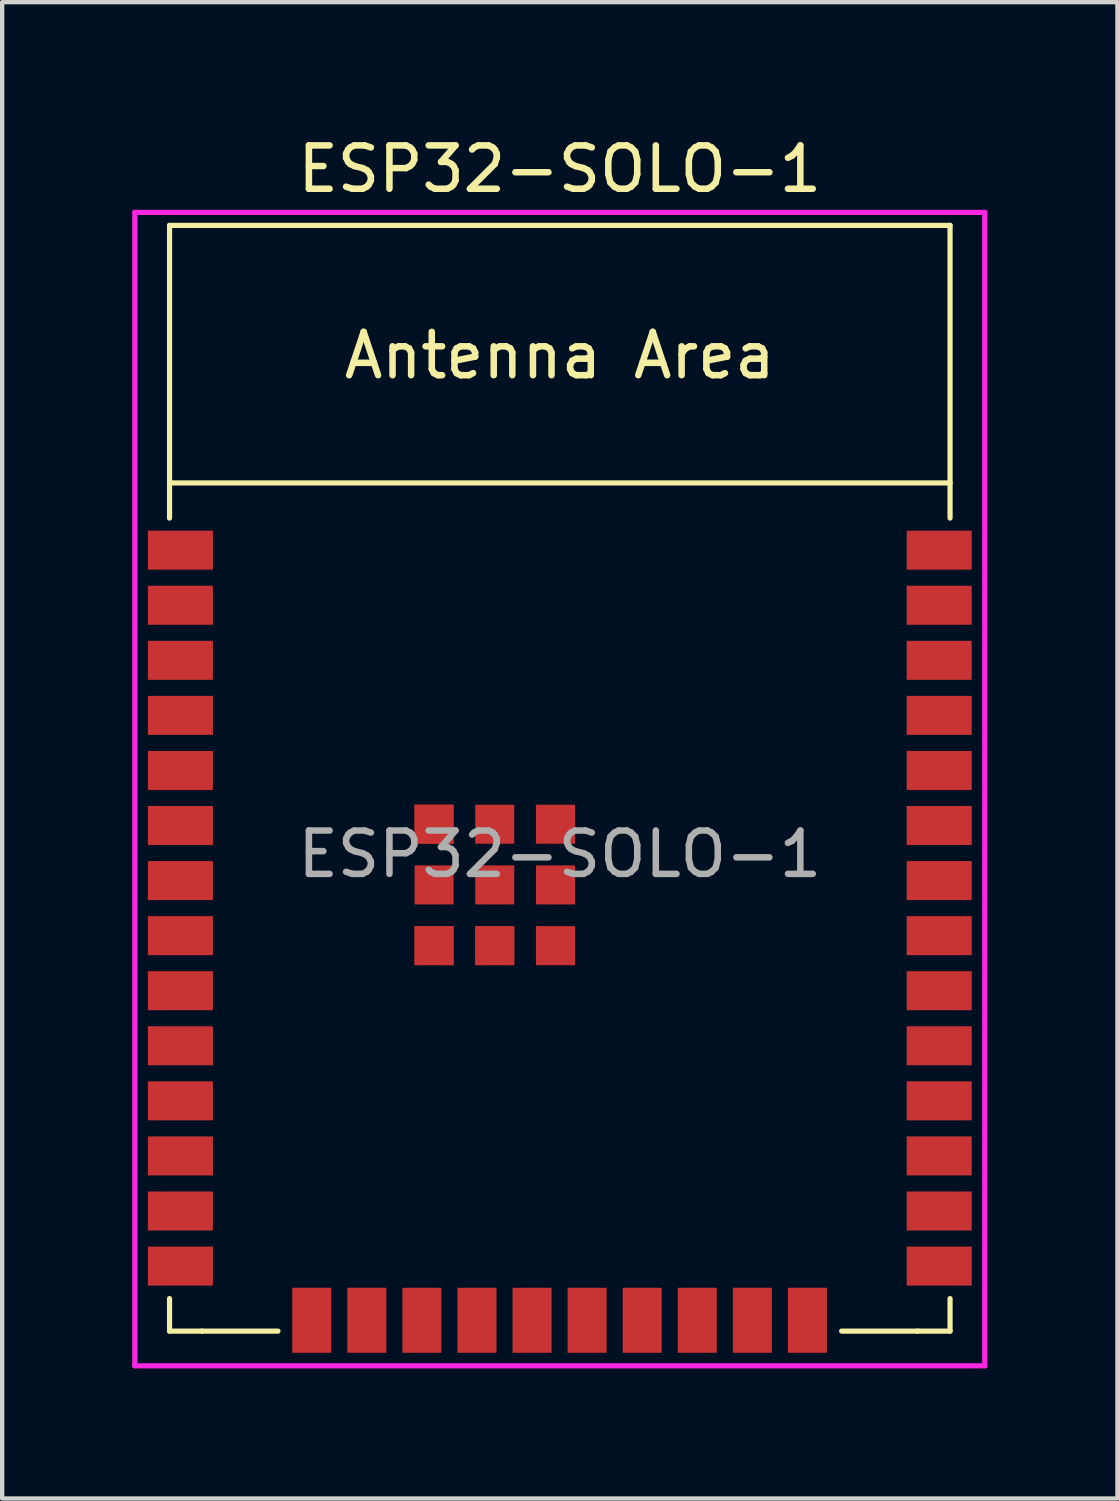
<source format=kicad_pcb>
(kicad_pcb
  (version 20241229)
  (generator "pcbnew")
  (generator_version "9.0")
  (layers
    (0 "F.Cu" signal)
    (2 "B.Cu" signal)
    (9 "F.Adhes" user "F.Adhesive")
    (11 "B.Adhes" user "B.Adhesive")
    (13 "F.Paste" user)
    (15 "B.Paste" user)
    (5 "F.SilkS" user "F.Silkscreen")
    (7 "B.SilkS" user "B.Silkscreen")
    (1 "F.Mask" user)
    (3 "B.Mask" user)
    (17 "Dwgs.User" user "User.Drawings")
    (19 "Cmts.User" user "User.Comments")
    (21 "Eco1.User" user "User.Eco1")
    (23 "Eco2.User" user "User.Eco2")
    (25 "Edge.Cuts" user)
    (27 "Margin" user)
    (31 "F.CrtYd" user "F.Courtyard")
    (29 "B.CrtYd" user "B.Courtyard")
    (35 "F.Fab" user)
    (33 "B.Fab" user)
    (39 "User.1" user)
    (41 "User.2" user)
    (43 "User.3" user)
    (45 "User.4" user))
  (footprint "ESP32-SOLO-1"
    (layer "F.Cu")
    (at 9.86 16.648)
    (property "Reference" "ESP32-SOLO-1" (at 0 -15.8 0) (layer "F.SilkS") (effects (font (size 1 1) (thickness 0.15))))
    (attr smd)
    (fp_line (start -9 -14.5) (end -9 -7.75) (stroke (width 0.12) (type solid)) (layer "F.SilkS"))
    (fp_line (start -9 -14.5) (end 9 -14.5) (stroke (width 0.12) (type solid)) (layer "F.SilkS"))
    (fp_line (start -9 10.25) (end -9 11) (stroke (width 0.12) (type solid)) (layer "F.SilkS"))
    (fp_line (start -9 11) (end -8.25 11) (stroke (width 0.12) (type solid)) (layer "F.SilkS"))
    (fp_line (start -8.25 11) (end -6.5 11) (stroke (width 0.12) (type solid)) (layer "F.SilkS"))
    (fp_line (start 8.25 11) (end 6.5 11) (stroke (width 0.12) (type solid)) (layer "F.SilkS"))
    (fp_line (start 9 -14.5) (end 9 -7.75) (stroke (width 0.12) (type solid)) (layer "F.SilkS"))
    (fp_line (start 9 -8.56) (end -9 -8.56) (stroke (width 0.12) (type solid)) (layer "F.SilkS"))
    (fp_line (start 9 10.25) (end 9 11) (stroke (width 0.12) (type solid)) (layer "F.SilkS"))
    (fp_line (start 9 11) (end 8.25 11) (stroke (width 0.12) (type solid)) (layer "F.SilkS"))
    (fp_line (start -9 -14.5) (end 9 -14.5) (stroke (width 0.12) (type solid)) (layer "Eco2.User"))
    (fp_line (start -9 -8.56) (end 9 -8.56) (stroke (width 0.12) (type solid)) (layer "Eco2.User"))
    (fp_line (start -9 11) (end -9 -14.5) (stroke (width 0.12) (type solid)) (layer "Eco2.User"))
    (fp_line (start 9 -14.5) (end 9 11) (stroke (width 0.12) (type solid)) (layer "Eco2.User"))
    (fp_line (start 9 11) (end -9 11) (stroke (width 0.12) (type solid)) (layer "Eco2.User"))
    (fp_line (start -9.8 -14.8) (end -9.8 11.8) (stroke (width 0.12) (type solid)) (layer "F.CrtYd"))
    (fp_line (start -9.8 11.8) (end 9.8 11.8) (stroke (width 0.12) (type solid)) (layer "F.CrtYd"))
    (fp_line (start 9.8 -14.8) (end -9.8 -14.8) (stroke (width 0.12) (type solid)) (layer "F.CrtYd"))
    (fp_line (start 9.8 -14.8) (end 9.8 11.8) (stroke (width 0.12) (type solid)) (layer "F.CrtYd"))
    (fp_text user "Antenna Area" (at 0 -11.5 0) (layer "F.SilkS") (effects (font (size 1 1) (thickness 0.15))))
    (fp_text user "Antenna Area" (at 0 -11.5 0) (layer "Eco2.User") (effects (font (size 1 1) (thickness 0.15))))
    (fp_text user "${REFERENCE}" (at 0 0 0) (layer "F.Fab") (effects (font (size 1 1) (thickness 0.15))))
    (pad "1" smd rect (at -8.75 -7.01) (size 1.5 0.9) (layers "F.Cu" "F.Mask" "F.Paste"))
    (pad "2" smd rect (at -8.75 -5.74) (size 1.5 0.9) (layers "F.Cu" "F.Mask" "F.Paste"))
    (pad "3" smd rect (at -8.75 -4.47) (size 1.5 0.9) (layers "F.Cu" "F.Mask" "F.Paste"))
    (pad "4" smd rect (at -8.75 -3.2) (size 1.5 0.9) (layers "F.Cu" "F.Mask" "F.Paste"))
    (pad "5" smd rect (at -8.75 -1.93) (size 1.5 0.9) (layers "F.Cu" "F.Mask" "F.Paste"))
    (pad "6" smd rect (at -8.75 -0.66) (size 1.5 0.9) (layers "F.Cu" "F.Mask" "F.Paste"))
    (pad "7" smd rect (at -8.75 0.61) (size 1.5 0.9) (layers "F.Cu" "F.Mask" "F.Paste"))
    (pad "8" smd rect (at -8.75 1.88) (size 1.5 0.9) (layers "F.Cu" "F.Mask" "F.Paste"))
    (pad "9" smd rect (at -8.75 3.15) (size 1.5 0.9) (layers "F.Cu" "F.Mask" "F.Paste"))
    (pad "10" smd rect (at -8.75 4.42) (size 1.5 0.9) (layers "F.Cu" "F.Mask" "F.Paste"))
    (pad "11" smd rect (at -8.75 5.69) (size 1.5 0.9) (layers "F.Cu" "F.Mask" "F.Paste"))
    (pad "12" smd rect (at -8.75 6.96) (size 1.5 0.9) (layers "F.Cu" "F.Mask" "F.Paste"))
    (pad "13" smd rect (at -8.75 8.23) (size 1.5 0.9) (layers "F.Cu" "F.Mask" "F.Paste"))
    (pad "14" smd rect (at -8.75 9.5) (size 1.5 0.9) (layers "F.Cu" "F.Mask" "F.Paste"))
    (pad "15" smd rect (at -5.72 10.75 90) (size 1.5 0.9) (layers "F.Cu" "F.Mask" "F.Paste"))
    (pad "16" smd rect (at -4.45 10.75 90) (size 1.5 0.9) (layers "F.Cu" "F.Mask" "F.Paste"))
    (pad "17" smd rect (at -3.18 10.75 90) (size 1.5 0.9) (layers "F.Cu" "F.Mask" "F.Paste"))
    (pad "18" smd rect (at -1.91 10.75 90) (size 1.5 0.9) (layers "F.Cu" "F.Mask" "F.Paste"))
    (pad "19" smd rect (at -0.64 10.75 90) (size 1.5 0.9) (layers "F.Cu" "F.Mask" "F.Paste"))
    (pad "20" smd rect (at 0.63 10.75 90) (size 1.5 0.9) (layers "F.Cu" "F.Mask" "F.Paste"))
    (pad "21" smd rect (at 1.9 10.75 90) (size 1.5 0.9) (layers "F.Cu" "F.Mask" "F.Paste"))
    (pad "22" smd rect (at 3.17 10.75 90) (size 1.5 0.9) (layers "F.Cu" "F.Mask" "F.Paste"))
    (pad "23" smd rect (at 4.44 10.75 90) (size 1.5 0.9) (layers "F.Cu" "F.Mask" "F.Paste"))
    (pad "24" smd rect (at 5.71 10.75 90) (size 1.5 0.9) (layers "F.Cu" "F.Mask" "F.Paste"))
    (pad "25" smd rect (at 8.75 9.5 180) (size 1.5 0.9) (layers "F.Cu" "F.Mask" "F.Paste"))
    (pad "26" smd rect (at 8.75 8.23 180) (size 1.5 0.9) (layers "F.Cu" "F.Mask" "F.Paste"))
    (pad "27" smd rect (at 8.75 6.96 180) (size 1.5 0.9) (layers "F.Cu" "F.Mask" "F.Paste"))
    (pad "28" smd rect (at 8.75 5.69 180) (size 1.5 0.9) (layers "F.Cu" "F.Mask" "F.Paste"))
    (pad "29" smd rect (at 8.75 4.42 180) (size 1.5 0.9) (layers "F.Cu" "F.Mask" "F.Paste"))
    (pad "30" smd rect (at 8.75 3.15 180) (size 1.5 0.9) (layers "F.Cu" "F.Mask" "F.Paste"))
    (pad "31" smd rect (at 8.75 1.88 180) (size 1.5 0.9) (layers "F.Cu" "F.Mask" "F.Paste"))
    (pad "32" smd rect (at 8.75 0.61 180) (size 1.5 0.9) (layers "F.Cu" "F.Mask" "F.Paste"))
    (pad "33" smd rect (at 8.75 -0.66 180) (size 1.5 0.9) (layers "F.Cu" "F.Mask" "F.Paste"))
    (pad "34" smd rect (at 8.75 -1.93 180) (size 1.5 0.9) (layers "F.Cu" "F.Mask" "F.Paste"))
    (pad "35" smd rect (at 8.75 -3.2 180) (size 1.5 0.9) (layers "F.Cu" "F.Mask" "F.Paste"))
    (pad "36" smd rect (at 8.75 -4.47 180) (size 1.5 0.9) (layers "F.Cu" "F.Mask" "F.Paste"))
    (pad "37" smd rect (at 8.75 -5.74 180) (size 1.5 0.9) (layers "F.Cu" "F.Mask" "F.Paste"))
    (pad "38" smd rect (at 8.75 -7.01 180) (size 1.5 0.9) (layers "F.Cu" "F.Mask" "F.Paste"))
    (pad "39" smd rect (at -2.9 -0.69 180) (size 0.9 0.9) (layers "F.Cu" "F.Mask" "F.Paste"))
    (pad "39" smd rect (at -2.9 -0.69 180) (size 0.9 0.9) (layers "F.Cu" "F.Mask" "F.Paste"))
    (pad "39" smd rect (at -2.9 0.71 180) (size 0.9 0.9) (layers "F.Cu" "F.Mask" "F.Paste"))
    (pad "39" smd rect (at -2.9 2.11 180) (size 0.9 0.9) (layers "F.Cu" "F.Mask" "F.Paste"))
    (pad "39" smd rect (at -2.9 2.11 180) (size 0.9 0.9) (layers "F.Cu" "F.Mask" "F.Paste"))
    (pad "39" smd rect (at -1.5 -0.69 180) (size 0.9 0.9) (layers "F.Cu" "F.Mask" "F.Paste"))
    (pad "39" smd rect (at -1.5 0.71 180) (size 0.9 0.9) (layers "F.Cu" "F.Mask" "F.Paste"))
    (pad "39" smd rect (at -1.5 2.11 180) (size 0.9 0.9) (layers "F.Cu" "F.Mask" "F.Paste"))
    (pad "39" smd rect (at -1.5 2.11 180) (size 0.9 0.9) (layers "F.Cu" "F.Mask" "F.Paste"))
    (pad "39" smd rect (at -0.1 -0.69 180) (size 0.9 0.9) (layers "F.Cu" "F.Mask" "F.Paste"))
    (pad "39" smd rect (at -0.1 0.71 180) (size 0.9 0.9) (layers "F.Cu" "F.Mask" "F.Paste"))
    (pad "39" smd rect (at -0.1 2.11 180) (size 0.9 0.9) (layers "F.Cu" "F.Mask" "F.Paste"))
    (zone (net_name "") (layers "F.Cu" "B.Cu") (name "antenna keepout") (hatch edge 0.508) (connect_pads) (min_thickness 0.254) (filled_areas_thickness no) (keepout (tracks not_allowed) (vias not_allowed) (pads not_allowed) (copperpour not_allowed) (footprints not_allowed)) (placement (enabled no)) (fill) (polygon (pts (xy 18.86 8.098) (xy 0.86 8.098) (xy 0.86 2.148) (xy 18.86 2.148)))))
  (gr_rect
    (start -3 -3)
    (end 22.72 31.508)
    (stroke (width 0.1) (type default))
    (fill no)
    (layer "Edge.Cuts")))
</source>
